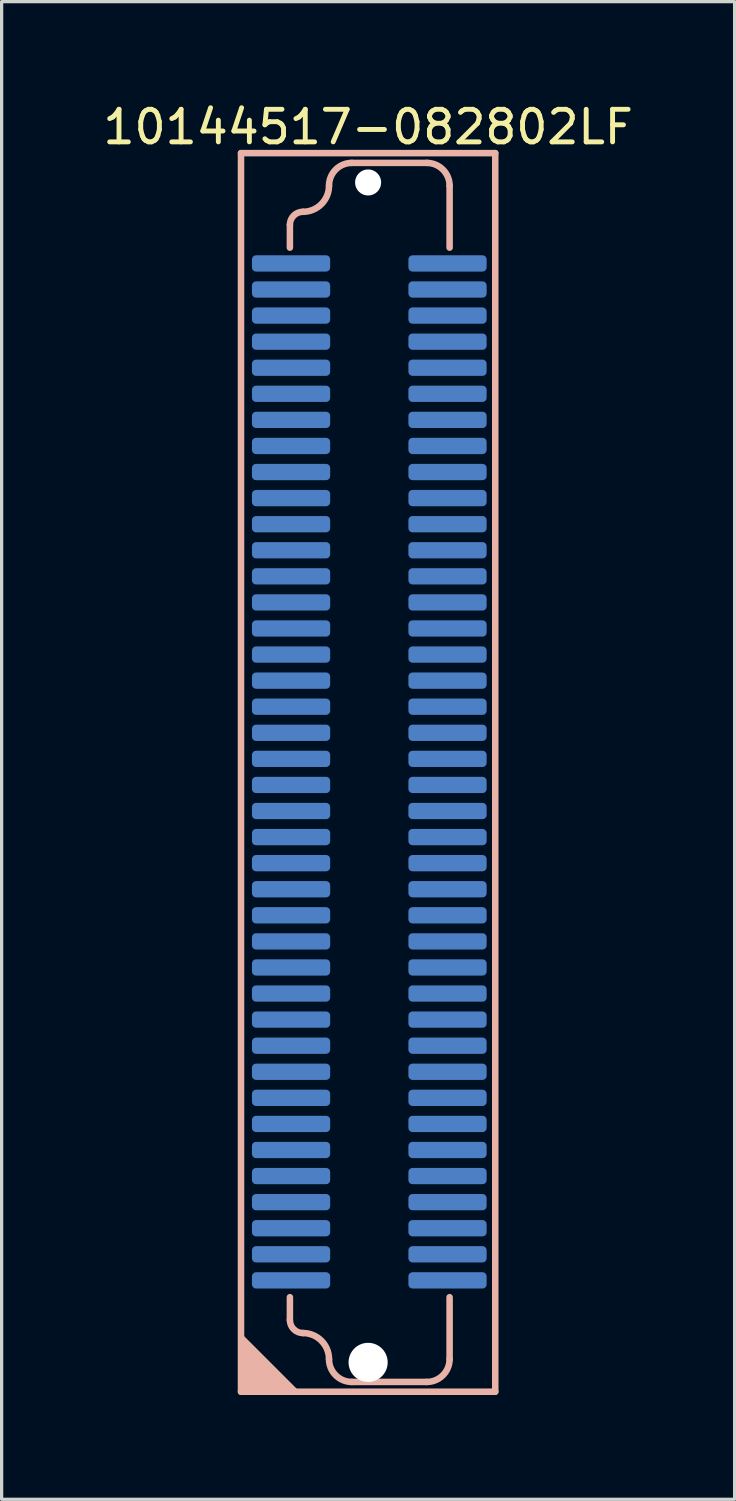
<source format=kicad_pcb>
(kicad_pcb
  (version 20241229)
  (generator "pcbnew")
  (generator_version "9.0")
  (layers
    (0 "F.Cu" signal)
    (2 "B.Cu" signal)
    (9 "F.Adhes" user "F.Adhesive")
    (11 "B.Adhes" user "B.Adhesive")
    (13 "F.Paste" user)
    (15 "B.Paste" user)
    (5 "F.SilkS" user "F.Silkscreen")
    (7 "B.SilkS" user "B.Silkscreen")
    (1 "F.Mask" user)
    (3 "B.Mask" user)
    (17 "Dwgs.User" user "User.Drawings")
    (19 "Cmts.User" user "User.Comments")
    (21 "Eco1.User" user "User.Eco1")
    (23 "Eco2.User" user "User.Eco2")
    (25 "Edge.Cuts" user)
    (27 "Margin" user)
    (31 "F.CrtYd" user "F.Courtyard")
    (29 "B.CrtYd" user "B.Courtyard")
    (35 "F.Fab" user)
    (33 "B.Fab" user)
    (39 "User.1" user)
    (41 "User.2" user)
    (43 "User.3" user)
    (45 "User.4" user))
  (footprint "10144517-082802LF"
    (layer "F.Cu")
    (at 8.244 20.648)
    (property "Reference" "10144517-082802LF" (at 0 -19.8 0) (layer "F.SilkS") (effects (font (size 1 1) (thickness 0.15))))
    (fp_line (start -3.9 -19) (end 3.9 -19) (stroke (width 0.2) (type solid)) (layer "B.SilkS"))
    (fp_line (start -3.9 19) (end -3.9 -19) (stroke (width 0.2) (type solid)) (layer "B.SilkS"))
    (fp_line (start -3.9 19) (end 3.9 19) (stroke (width 0.2) (type solid)) (layer "B.SilkS"))
    (fp_line (start -2.4 -16.1) (end -2.4 -16.8) (stroke (width 0.2) (type solid)) (layer "B.SilkS"))
    (fp_line (start -2.4 16.8) (end -2.4 16.1) (stroke (width 0.2) (type solid)) (layer "B.SilkS"))
    (fp_line (start -0.5 -18.7) (end 1.8 -18.7) (stroke (width 0.2) (type solid)) (layer "B.SilkS"))
    (fp_line (start -0.5 18.7) (end 1.8 18.7) (stroke (width 0.2) (type solid)) (layer "B.SilkS"))
    (fp_line (start 2.5 -16.1) (end 2.5 -18) (stroke (width 0.2) (type solid)) (layer "B.SilkS"))
    (fp_line (start 2.5 18) (end 2.5 16.1) (stroke (width 0.2) (type solid)) (layer "B.SilkS"))
    (fp_line (start 3.9 19) (end 3.9 -19) (stroke (width 0.2) (type solid)) (layer "B.SilkS"))
    (fp_arc (start -2.4 -16.8) (mid -2.282843 -17.082843) (end -2 -17.2) (stroke (width 0.2) (type solid)) (layer "B.SilkS"))
    (fp_arc (start -2 17.2) (mid -2.282843 17.082843) (end -2.4 16.8) (stroke (width 0.2) (type solid)) (layer "B.SilkS"))
    (fp_arc (start -2 17.2) (mid -1.434315 17.434315) (end -1.2 18) (stroke (width 0.2) (type solid)) (layer "B.SilkS"))
    (fp_arc (start -1.2 -18) (mid -1.434315 -17.434315) (end -2 -17.2) (stroke (width 0.2) (type solid)) (layer "B.SilkS"))
    (fp_arc (start -1.2 -18) (mid -0.994975 -18.494975) (end -0.5 -18.7) (stroke (width 0.2) (type solid)) (layer "B.SilkS"))
    (fp_arc (start -0.5 18.7) (mid -0.994975 18.494975) (end -1.2 18) (stroke (width 0.2) (type solid)) (layer "B.SilkS"))
    (fp_arc (start 1.8 -18.7) (mid 2.294975 -18.494975) (end 2.5 -18) (stroke (width 0.2) (type solid)) (layer "B.SilkS"))
    (fp_arc (start 2.5 18) (mid 2.294975 18.494975) (end 1.8 18.7) (stroke (width 0.2) (type solid)) (layer "B.SilkS"))
    (fp_poly (pts (xy -2.1 19) (xy -3.9 17.2) (xy -3.9 19)) (stroke (width 0) (type default)) (fill yes) (layer "B.SilkS"))
    (fp_line (start -4.1 -19.2) (end -3.7 -19.2) (stroke (width 0.2) (type solid)) (layer "Eco2.User"))
    (fp_line (start -4.1 19.2) (end -4.1 -19.2) (stroke (width 0.2) (type solid)) (layer "Eco2.User"))
    (fp_line (start -4.1 19.2) (end 4.1 19.2) (stroke (width 0.2) (type solid)) (layer "Eco2.User"))
    (fp_line (start -3.7 -19.2) (end 4.1 -19.2) (stroke (width 0.2) (type solid)) (layer "Eco2.User"))
    (fp_line (start 4.1 19.2) (end 4.1 -19.2) (stroke (width 0.2) (type solid)) (layer "Eco2.User"))
    (fp_circle (center 0 0) (end 0 -0.127) (stroke (width 0.254) (type solid)) (fill no) (layer "Eco2.User"))
    (pad "" np_thru_hole circle (at 0 -18.1) (size 0.8 0.8) (drill 0.8) (layers "*.Cu" "*.Mask"))
    (pad "" np_thru_hole circle (at 0 18.1) (size 1.2 1.2) (drill 1.2) (layers "*.Cu" "*.Mask"))
    (pad "1" smd roundrect (at -2.364 15.584) (size 2.4 0.5) (layers "B.Cu" "B.Mask" "B.Paste") (roundrect_rratio 0.25))
    (pad "2" smd roundrect (at 2.436 15.584) (size 2.4 0.5) (layers "B.Cu" "B.Mask" "B.Paste") (roundrect_rratio 0.25))
    (pad "3" smd roundrect (at -2.364 14.784) (size 2.4 0.5) (layers "B.Cu" "B.Mask" "B.Paste") (roundrect_rratio 0.25))
    (pad "4" smd roundrect (at 2.436 14.784) (size 2.4 0.5) (layers "B.Cu" "B.Mask" "B.Paste") (roundrect_rratio 0.25))
    (pad "5" smd roundrect (at -2.364 13.984) (size 2.4 0.5) (layers "B.Cu" "B.Mask" "B.Paste") (roundrect_rratio 0.25))
    (pad "6" smd roundrect (at 2.436 13.984) (size 2.4 0.5) (layers "B.Cu" "B.Mask" "B.Paste") (roundrect_rratio 0.25))
    (pad "7" smd roundrect (at -2.364 13.184) (size 2.4 0.5) (layers "B.Cu" "B.Mask" "B.Paste") (roundrect_rratio 0.25))
    (pad "8" smd roundrect (at 2.436 13.184) (size 2.4 0.5) (layers "B.Cu" "B.Mask" "B.Paste") (roundrect_rratio 0.25))
    (pad "9" smd roundrect (at -2.364 12.384) (size 2.4 0.5) (layers "B.Cu" "B.Mask" "B.Paste") (roundrect_rratio 0.25))
    (pad "10" smd roundrect (at 2.436 12.384) (size 2.4 0.5) (layers "B.Cu" "B.Mask" "B.Paste") (roundrect_rratio 0.25))
    (pad "11" smd roundrect (at -2.364 11.584) (size 2.4 0.5) (layers "B.Cu" "B.Mask" "B.Paste") (roundrect_rratio 0.25))
    (pad "12" smd roundrect (at 2.436 11.584) (size 2.4 0.5) (layers "B.Cu" "B.Mask" "B.Paste") (roundrect_rratio 0.25))
    (pad "13" smd roundrect (at -2.364 10.784) (size 2.4 0.5) (layers "B.Cu" "B.Mask" "B.Paste") (roundrect_rratio 0.25))
    (pad "14" smd roundrect (at 2.436 10.784) (size 2.4 0.5) (layers "B.Cu" "B.Mask" "B.Paste") (roundrect_rratio 0.25))
    (pad "15" smd roundrect (at -2.364 9.984) (size 2.4 0.5) (layers "B.Cu" "B.Mask" "B.Paste") (roundrect_rratio 0.25))
    (pad "16" smd roundrect (at 2.436 9.984) (size 2.4 0.5) (layers "B.Cu" "B.Mask" "B.Paste") (roundrect_rratio 0.25))
    (pad "17" smd roundrect (at -2.364 9.184) (size 2.4 0.5) (layers "B.Cu" "B.Mask" "B.Paste") (roundrect_rratio 0.25))
    (pad "18" smd roundrect (at 2.436 9.184) (size 2.4 0.5) (layers "B.Cu" "B.Mask" "B.Paste") (roundrect_rratio 0.25))
    (pad "19" smd roundrect (at -2.364 8.384) (size 2.4 0.5) (layers "B.Cu" "B.Mask" "B.Paste") (roundrect_rratio 0.25))
    (pad "20" smd roundrect (at 2.436 8.384) (size 2.4 0.5) (layers "B.Cu" "B.Mask" "B.Paste") (roundrect_rratio 0.25))
    (pad "21" smd roundrect (at -2.364 7.584) (size 2.4 0.5) (layers "B.Cu" "B.Mask" "B.Paste") (roundrect_rratio 0.25))
    (pad "22" smd roundrect (at 2.436 7.584) (size 2.4 0.5) (layers "B.Cu" "B.Mask" "B.Paste") (roundrect_rratio 0.25))
    (pad "23" smd roundrect (at -2.364 6.784) (size 2.4 0.5) (layers "B.Cu" "B.Mask" "B.Paste") (roundrect_rratio 0.25))
    (pad "24" smd roundrect (at 2.436 6.784) (size 2.4 0.5) (layers "B.Cu" "B.Mask" "B.Paste") (roundrect_rratio 0.25))
    (pad "25" smd roundrect (at -2.364 5.984) (size 2.4 0.5) (layers "B.Cu" "B.Mask" "B.Paste") (roundrect_rratio 0.25))
    (pad "26" smd roundrect (at 2.436 5.984) (size 2.4 0.5) (layers "B.Cu" "B.Mask" "B.Paste") (roundrect_rratio 0.25))
    (pad "27" smd roundrect (at -2.364 5.184) (size 2.4 0.5) (layers "B.Cu" "B.Mask" "B.Paste") (roundrect_rratio 0.25))
    (pad "28" smd roundrect (at 2.436 5.184) (size 2.4 0.5) (layers "B.Cu" "B.Mask" "B.Paste") (roundrect_rratio 0.25))
    (pad "29" smd roundrect (at -2.364 4.384) (size 2.4 0.5) (layers "B.Cu" "B.Mask" "B.Paste") (roundrect_rratio 0.25))
    (pad "30" smd roundrect (at 2.436 4.384) (size 2.4 0.5) (layers "B.Cu" "B.Mask" "B.Paste") (roundrect_rratio 0.25))
    (pad "31" smd roundrect (at -2.364 3.584) (size 2.4 0.5) (layers "B.Cu" "B.Mask" "B.Paste") (roundrect_rratio 0.25))
    (pad "32" smd roundrect (at 2.436 3.584) (size 2.4 0.5) (layers "B.Cu" "B.Mask" "B.Paste") (roundrect_rratio 0.25))
    (pad "33" smd roundrect (at -2.364 2.784) (size 2.4 0.5) (layers "B.Cu" "B.Mask" "B.Paste") (roundrect_rratio 0.25))
    (pad "34" smd roundrect (at 2.436 2.784) (size 2.4 0.5) (layers "B.Cu" "B.Mask" "B.Paste") (roundrect_rratio 0.25))
    (pad "35" smd roundrect (at -2.364 1.984) (size 2.4 0.5) (layers "B.Cu" "B.Mask" "B.Paste") (roundrect_rratio 0.25))
    (pad "36" smd roundrect (at 2.436 1.984) (size 2.4 0.5) (layers "B.Cu" "B.Mask" "B.Paste") (roundrect_rratio 0.25))
    (pad "37" smd roundrect (at -2.364 1.184) (size 2.4 0.5) (layers "B.Cu" "B.Mask" "B.Paste") (roundrect_rratio 0.25))
    (pad "38" smd roundrect (at 2.436 1.184) (size 2.4 0.5) (layers "B.Cu" "B.Mask" "B.Paste") (roundrect_rratio 0.25))
    (pad "39" smd roundrect (at -2.364 0.384) (size 2.4 0.5) (layers "B.Cu" "B.Mask" "B.Paste") (roundrect_rratio 0.25))
    (pad "40" smd roundrect (at 2.436 0.384) (size 2.4 0.5) (layers "B.Cu" "B.Mask" "B.Paste") (roundrect_rratio 0.25))
    (pad "41" smd roundrect (at -2.364 -0.416) (size 2.4 0.5) (layers "B.Cu" "B.Mask" "B.Paste") (roundrect_rratio 0.25))
    (pad "42" smd roundrect (at 2.436 -0.416) (size 2.4 0.5) (layers "B.Cu" "B.Mask" "B.Paste") (roundrect_rratio 0.25))
    (pad "43" smd roundrect (at -2.364 -1.216) (size 2.4 0.5) (layers "B.Cu" "B.Mask" "B.Paste") (roundrect_rratio 0.25))
    (pad "44" smd roundrect (at 2.436 -1.216) (size 2.4 0.5) (layers "B.Cu" "B.Mask" "B.Paste") (roundrect_rratio 0.25))
    (pad "45" smd roundrect (at -2.364 -2.016) (size 2.4 0.5) (layers "B.Cu" "B.Mask" "B.Paste") (roundrect_rratio 0.25))
    (pad "46" smd roundrect (at 2.436 -2.016) (size 2.4 0.5) (layers "B.Cu" "B.Mask" "B.Paste") (roundrect_rratio 0.25))
    (pad "47" smd roundrect (at -2.364 -2.816) (size 2.4 0.5) (layers "B.Cu" "B.Mask" "B.Paste") (roundrect_rratio 0.25))
    (pad "48" smd roundrect (at 2.436 -2.816) (size 2.4 0.5) (layers "B.Cu" "B.Mask" "B.Paste") (roundrect_rratio 0.25))
    (pad "49" smd roundrect (at -2.364 -3.616) (size 2.4 0.5) (layers "B.Cu" "B.Mask" "B.Paste") (roundrect_rratio 0.25))
    (pad "50" smd roundrect (at 2.436 -3.616) (size 2.4 0.5) (layers "B.Cu" "B.Mask" "B.Paste") (roundrect_rratio 0.25))
    (pad "51" smd roundrect (at -2.364 -4.416) (size 2.4 0.5) (layers "B.Cu" "B.Mask" "B.Paste") (roundrect_rratio 0.25))
    (pad "52" smd roundrect (at 2.436 -4.416) (size 2.4 0.5) (layers "B.Cu" "B.Mask" "B.Paste") (roundrect_rratio 0.25))
    (pad "53" smd roundrect (at -2.364 -5.216) (size 2.4 0.5) (layers "B.Cu" "B.Mask" "B.Paste") (roundrect_rratio 0.25))
    (pad "54" smd roundrect (at 2.436 -5.216) (size 2.4 0.5) (layers "B.Cu" "B.Mask" "B.Paste") (roundrect_rratio 0.25))
    (pad "55" smd roundrect (at -2.364 -6.016) (size 2.4 0.5) (layers "B.Cu" "B.Mask" "B.Paste") (roundrect_rratio 0.25))
    (pad "56" smd roundrect (at 2.436 -6.016) (size 2.4 0.5) (layers "B.Cu" "B.Mask" "B.Paste") (roundrect_rratio 0.25))
    (pad "57" smd roundrect (at -2.364 -6.816) (size 2.4 0.5) (layers "B.Cu" "B.Mask" "B.Paste") (roundrect_rratio 0.25))
    (pad "58" smd roundrect (at 2.436 -6.816) (size 2.4 0.5) (layers "B.Cu" "B.Mask" "B.Paste") (roundrect_rratio 0.25))
    (pad "59" smd roundrect (at -2.364 -7.616) (size 2.4 0.5) (layers "B.Cu" "B.Mask" "B.Paste") (roundrect_rratio 0.25))
    (pad "60" smd roundrect (at 2.436 -7.616) (size 2.4 0.5) (layers "B.Cu" "B.Mask" "B.Paste") (roundrect_rratio 0.25))
    (pad "61" smd roundrect (at -2.364 -8.416) (size 2.4 0.5) (layers "B.Cu" "B.Mask" "B.Paste") (roundrect_rratio 0.25))
    (pad "62" smd roundrect (at 2.436 -8.416) (size 2.4 0.5) (layers "B.Cu" "B.Mask" "B.Paste") (roundrect_rratio 0.25))
    (pad "63" smd roundrect (at -2.364 -9.216) (size 2.4 0.5) (layers "B.Cu" "B.Mask" "B.Paste") (roundrect_rratio 0.25))
    (pad "64" smd roundrect (at 2.436 -9.216) (size 2.4 0.5) (layers "B.Cu" "B.Mask" "B.Paste") (roundrect_rratio 0.25))
    (pad "65" smd roundrect (at -2.364 -10.016) (size 2.4 0.5) (layers "B.Cu" "B.Mask" "B.Paste") (roundrect_rratio 0.25))
    (pad "66" smd roundrect (at 2.436 -10.016) (size 2.4 0.5) (layers "B.Cu" "B.Mask" "B.Paste") (roundrect_rratio 0.25))
    (pad "67" smd roundrect (at -2.364 -10.816) (size 2.4 0.5) (layers "B.Cu" "B.Mask" "B.Paste") (roundrect_rratio 0.25))
    (pad "68" smd roundrect (at 2.436 -10.816) (size 2.4 0.5) (layers "B.Cu" "B.Mask" "B.Paste") (roundrect_rratio 0.25))
    (pad "69" smd roundrect (at -2.364 -11.616) (size 2.4 0.5) (layers "B.Cu" "B.Mask" "B.Paste") (roundrect_rratio 0.25))
    (pad "70" smd roundrect (at 2.436 -11.616) (size 2.4 0.5) (layers "B.Cu" "B.Mask" "B.Paste") (roundrect_rratio 0.25))
    (pad "71" smd roundrect (at -2.364 -12.416) (size 2.4 0.5) (layers "B.Cu" "B.Mask" "B.Paste") (roundrect_rratio 0.25))
    (pad "72" smd roundrect (at 2.436 -12.416) (size 2.4 0.5) (layers "B.Cu" "B.Mask" "B.Paste") (roundrect_rratio 0.25))
    (pad "73" smd roundrect (at -2.364 -13.216) (size 2.4 0.5) (layers "B.Cu" "B.Mask" "B.Paste") (roundrect_rratio 0.25))
    (pad "74" smd roundrect (at 2.436 -13.216) (size 2.4 0.5) (layers "B.Cu" "B.Mask" "B.Paste") (roundrect_rratio 0.25))
    (pad "75" smd roundrect (at -2.364 -14.016) (size 2.4 0.5) (layers "B.Cu" "B.Mask" "B.Paste") (roundrect_rratio 0.25))
    (pad "76" smd roundrect (at 2.436 -14.016) (size 2.4 0.5) (layers "B.Cu" "B.Mask" "B.Paste") (roundrect_rratio 0.25))
    (pad "77" smd roundrect (at -2.364 -14.816) (size 2.4 0.5) (layers "B.Cu" "B.Mask" "B.Paste") (roundrect_rratio 0.25))
    (pad "78" smd roundrect (at 2.436 -14.816) (size 2.4 0.5) (layers "B.Cu" "B.Mask" "B.Paste") (roundrect_rratio 0.25))
    (pad "79" smd roundrect (at -2.364 -15.616) (size 2.4 0.5) (layers "B.Cu" "B.Mask" "B.Paste") (roundrect_rratio 0.25))
    (pad "80" smd roundrect (at 2.436 -15.616) (size 2.4 0.5) (layers "B.Cu" "B.Mask" "B.Paste") (roundrect_rratio 0.25)))
  (gr_rect
    (start -3 -3)
    (end 19.488 42.948)
    (stroke (width 0.1) (type default))
    (fill no)
    (layer "Edge.Cuts")))
</source>
